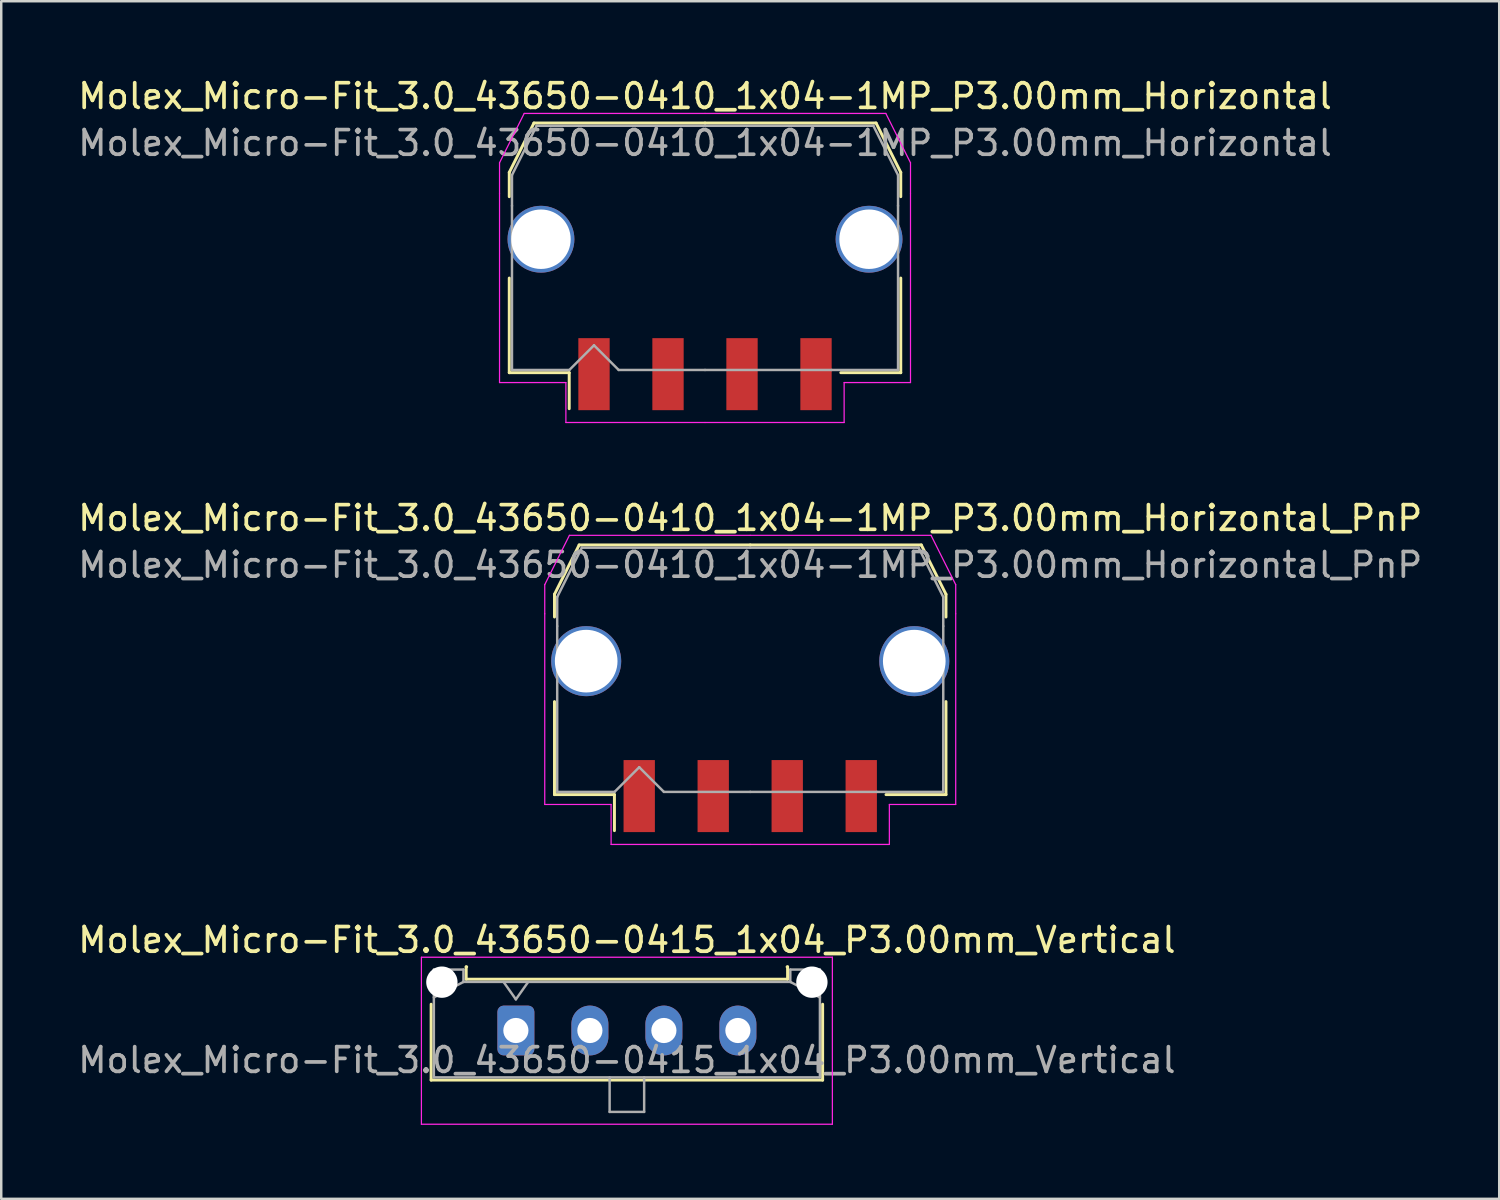
<source format=kicad_pcb>
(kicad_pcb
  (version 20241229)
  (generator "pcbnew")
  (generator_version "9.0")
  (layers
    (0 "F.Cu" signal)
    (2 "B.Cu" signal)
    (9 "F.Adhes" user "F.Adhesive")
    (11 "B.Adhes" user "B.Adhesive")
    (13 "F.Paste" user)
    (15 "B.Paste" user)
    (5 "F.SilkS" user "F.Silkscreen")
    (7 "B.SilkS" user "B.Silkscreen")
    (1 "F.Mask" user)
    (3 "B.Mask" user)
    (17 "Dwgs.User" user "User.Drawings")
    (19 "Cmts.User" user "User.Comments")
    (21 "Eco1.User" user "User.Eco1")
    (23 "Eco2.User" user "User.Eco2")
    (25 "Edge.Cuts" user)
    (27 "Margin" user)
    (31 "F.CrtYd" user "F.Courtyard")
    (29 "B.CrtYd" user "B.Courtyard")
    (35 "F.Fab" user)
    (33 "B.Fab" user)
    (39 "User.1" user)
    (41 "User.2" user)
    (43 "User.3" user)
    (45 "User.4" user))
  (footprint "Molex_Micro-Fit_3.0_43650-0410_1x04-1MP_P3.00mm_Horizontal_PnP"
    (layer "F.Cu")
    (at 27.363 24.102)
    (property "Reference" "Molex_Micro-Fit_3.0_43650-0410_1x04-1MP_P3.00mm_Horizontal_PnP" (at 0 -6.15 0) (layer "F.SilkS") (effects (font (size 1 1) (thickness 0.15))))
    (attr smd)
    (fp_line (start -7.935 -3.06) (end -7.935 -2.14) (stroke (width 0.12) (type solid)) (layer "F.SilkS"))
    (fp_line (start -7.935 1.29) (end -7.935 5.06) (stroke (width 0.12) (type solid)) (layer "F.SilkS"))
    (fp_line (start -7.935 5.06) (end -5.505 5.06) (stroke (width 0.12) (type solid)) (layer "F.SilkS"))
    (fp_line (start -6.935 -5.06) (end -7.935 -3.06) (stroke (width 0.12) (type solid)) (layer "F.SilkS"))
    (fp_line (start -5.505 5.06) (end -5.505 6.52) (stroke (width 0.12) (type solid)) (layer "F.SilkS"))
    (fp_line (start 0 -5.06) (end -6.935 -5.06) (stroke (width 0.12) (type solid)) (layer "F.SilkS"))
    (fp_line (start 0 -5.06) (end 6.935 -5.06) (stroke (width 0.12) (type solid)) (layer "F.SilkS"))
    (fp_line (start 6.935 -5.06) (end 7.935 -3.06) (stroke (width 0.12) (type solid)) (layer "F.SilkS"))
    (fp_line (start 7.935 -3.06) (end 7.935 -2.14) (stroke (width 0.12) (type solid)) (layer "F.SilkS"))
    (fp_line (start 7.935 1.29) (end 7.935 5.06) (stroke (width 0.12) (type solid)) (layer "F.SilkS"))
    (fp_line (start 7.935 5.06) (end 5.505 5.06) (stroke (width 0.12) (type solid)) (layer "F.SilkS"))
    (fp_line (start -8.33 -3.45) (end -8.33 -2.27) (stroke (width 0.05) (type solid)) (layer "F.CrtYd"))
    (fp_line (start -8.33 -2.27) (end -8.33 5.46) (stroke (width 0.05) (type solid)) (layer "F.CrtYd"))
    (fp_line (start -8.33 5.46) (end -5.64 5.46) (stroke (width 0.05) (type solid)) (layer "F.CrtYd"))
    (fp_line (start -7.33 -5.45) (end -8.33 -3.45) (stroke (width 0.05) (type solid)) (layer "F.CrtYd"))
    (fp_line (start -5.64 5.46) (end -5.64 7.08) (stroke (width 0.05) (type solid)) (layer "F.CrtYd"))
    (fp_line (start -5.64 7.08) (end 0 7.08) (stroke (width 0.05) (type solid)) (layer "F.CrtYd"))
    (fp_line (start 0 -5.45) (end -7.33 -5.45) (stroke (width 0.05) (type solid)) (layer "F.CrtYd"))
    (fp_line (start 0 -5.45) (end 7.33 -5.45) (stroke (width 0.05) (type solid)) (layer "F.CrtYd"))
    (fp_line (start 5.64 5.46) (end 5.64 7.08) (stroke (width 0.05) (type solid)) (layer "F.CrtYd"))
    (fp_line (start 5.64 7.08) (end 0 7.08) (stroke (width 0.05) (type solid)) (layer "F.CrtYd"))
    (fp_line (start 7.33 -5.45) (end 8.33 -3.45) (stroke (width 0.05) (type solid)) (layer "F.CrtYd"))
    (fp_line (start 8.33 -3.45) (end 8.33 -2.27) (stroke (width 0.05) (type solid)) (layer "F.CrtYd"))
    (fp_line (start 8.33 -2.27) (end 8.33 5.46) (stroke (width 0.05) (type solid)) (layer "F.CrtYd"))
    (fp_line (start 8.33 5.46) (end 5.64 5.46) (stroke (width 0.05) (type solid)) (layer "F.CrtYd"))
    (fp_line (start -7.825 -2.95) (end -7.825 -1.77) (stroke (width 0.1) (type solid)) (layer "F.Fab"))
    (fp_line (start -7.825 -1.77) (end -7.825 4.95) (stroke (width 0.1) (type solid)) (layer "F.Fab"))
    (fp_line (start -7.825 4.95) (end -5.5 4.95) (stroke (width 0.1) (type solid)) (layer "F.Fab"))
    (fp_line (start -6.825 -4.95) (end -7.825 -2.95) (stroke (width 0.1) (type solid)) (layer "F.Fab"))
    (fp_line (start -5.5 4.95) (end -4.5 3.95) (stroke (width 0.1) (type solid)) (layer "F.Fab"))
    (fp_line (start -4.5 3.95) (end -3.5 4.95) (stroke (width 0.1) (type solid)) (layer "F.Fab"))
    (fp_line (start -3.5 4.95) (end 0 4.95) (stroke (width 0.1) (type solid)) (layer "F.Fab"))
    (fp_line (start 0 -4.95) (end -6.825 -4.95) (stroke (width 0.1) (type solid)) (layer "F.Fab"))
    (fp_line (start 0 -4.95) (end 6.825 -4.95) (stroke (width 0.1) (type solid)) (layer "F.Fab"))
    (fp_line (start 5.135 4.95) (end 0 4.95) (stroke (width 0.1) (type solid)) (layer "F.Fab"))
    (fp_line (start 6.825 -4.95) (end 7.825 -2.95) (stroke (width 0.1) (type solid)) (layer "F.Fab"))
    (fp_line (start 7.825 -2.95) (end 7.825 -1.77) (stroke (width 0.1) (type solid)) (layer "F.Fab"))
    (fp_line (start 7.825 -1.77) (end 7.825 4.95) (stroke (width 0.1) (type solid)) (layer "F.Fab"))
    (fp_line (start 7.825 4.95) (end 5.135 4.95) (stroke (width 0.1) (type solid)) (layer "F.Fab"))
    (fp_text user "${REFERENCE}" (at 0 -4.25 0) (layer "F.Fab") (effects (font (size 1 1) (thickness 0.15))))
    (pad "1" smd rect (at -4.5 5.12) (size 1.27 2.92) (layers "F.Cu" "F.Mask" "F.Paste"))
    (pad "2" smd rect (at -1.5 5.12) (size 1.27 2.92) (layers "F.Cu" "F.Mask" "F.Paste"))
    (pad "3" smd rect (at 1.5 5.12) (size 1.27 2.92) (layers "F.Cu" "F.Mask" "F.Paste"))
    (pad "4" smd rect (at 4.5 5.12) (size 1.27 2.92) (layers "F.Cu" "F.Mask" "F.Paste"))
    (pad "MP" thru_hole circle (at -6.65 -0.35) (size 2.84 2.84) (drill 2.54) (property pad_prop_heatsink) (layers "*.Cu" "*.Mask"))
    (pad "MP" thru_hole circle (at 6.65 -0.35) (size 2.84 2.84) (drill 2.54) (property pad_prop_heatsink) (layers "*.Cu" "*.Mask")))
  (footprint "Molex_Micro-Fit_3.0_43650-0415_1x04_P3.00mm_Vertical"
    (layer "F.Cu")
    (at 17.863 38.725)
    (property "Reference" "Molex_Micro-Fit_3.0_43650-0415_1x04_P3.00mm_Vertical" (at 4.5 -3.67 0) (layer "F.SilkS") (effects (font (size 1 1) (thickness 0.15))))
    (attr through_hole)
    (fp_line (start -3.435 -1.065) (end -3.435 2.01) (stroke (width 0.12) (type solid)) (layer "F.SilkS"))
    (fp_line (start -3.435 2.01) (end 12.435 2.01) (stroke (width 0.12) (type solid)) (layer "F.SilkS"))
    (fp_line (start -2.015 -2.58) (end -2.015 -2.08) (stroke (width 0.12) (type solid)) (layer "F.SilkS"))
    (fp_line (start -2.015 -2.08) (end 11.015 -2.08) (stroke (width 0.12) (type solid)) (layer "F.SilkS"))
    (fp_line (start -1.995 -2.58) (end -2.015 -2.58) (stroke (width 0.12) (type solid)) (layer "F.SilkS"))
    (fp_line (start 11.015 -2.58) (end 10.995 -2.58) (stroke (width 0.12) (type solid)) (layer "F.SilkS"))
    (fp_line (start 11.015 -2.08) (end 11.015 -2.58) (stroke (width 0.12) (type solid)) (layer "F.SilkS"))
    (fp_line (start 12.435 2.01) (end 12.435 -1.065) (stroke (width 0.12) (type solid)) (layer "F.SilkS"))
    (fp_line (start -3.83 -2.97) (end 12.83 -2.97) (stroke (width 0.05) (type solid)) (layer "F.CrtYd"))
    (fp_line (start -3.83 3.8) (end -3.83 -2.97) (stroke (width 0.05) (type solid)) (layer "F.CrtYd"))
    (fp_line (start 12.83 -2.97) (end 12.83 3.8) (stroke (width 0.05) (type solid)) (layer "F.CrtYd"))
    (fp_line (start 12.83 3.8) (end -3.83 3.8) (stroke (width 0.05) (type solid)) (layer "F.CrtYd"))
    (fp_line (start -3.325 -2.47) (end -3.325 1.9) (stroke (width 0.1) (type solid)) (layer "F.Fab"))
    (fp_line (start -3.325 -1.34) (end -2.125 -1.97) (stroke (width 0.1) (type solid)) (layer "F.Fab"))
    (fp_line (start -3.325 1.9) (end 12.325 1.9) (stroke (width 0.1) (type solid)) (layer "F.Fab"))
    (fp_line (start -2.125 -2.47) (end -3.325 -2.47) (stroke (width 0.1) (type solid)) (layer "F.Fab"))
    (fp_line (start -2.125 -1.97) (end -2.125 -2.47) (stroke (width 0.1) (type solid)) (layer "F.Fab"))
    (fp_line (start -0.5 -1.97) (end 0 -1.263) (stroke (width 0.1) (type solid)) (layer "F.Fab"))
    (fp_line (start 0 -1.263) (end 0.5 -1.97) (stroke (width 0.1) (type solid)) (layer "F.Fab"))
    (fp_line (start 3.8 1.9) (end 3.8 3.3) (stroke (width 0.1) (type solid)) (layer "F.Fab"))
    (fp_line (start 3.8 3.3) (end 5.2 3.3) (stroke (width 0.1) (type solid)) (layer "F.Fab"))
    (fp_line (start 5.2 3.3) (end 5.2 1.9) (stroke (width 0.1) (type solid)) (layer "F.Fab"))
    (fp_line (start 11.125 -2.47) (end 11.125 -1.97) (stroke (width 0.1) (type solid)) (layer "F.Fab"))
    (fp_line (start 11.125 -1.97) (end -2.125 -1.97) (stroke (width 0.1) (type solid)) (layer "F.Fab"))
    (fp_line (start 12.325 -2.47) (end 11.125 -2.47) (stroke (width 0.1) (type solid)) (layer "F.Fab"))
    (fp_line (start 12.325 -1.34) (end 11.125 -1.97) (stroke (width 0.1) (type solid)) (layer "F.Fab"))
    (fp_line (start 12.325 1.9) (end 12.325 -2.47) (stroke (width 0.1) (type solid)) (layer "F.Fab"))
    (fp_text user "${REFERENCE}" (at 4.5 1.2 0) (layer "F.Fab") (effects (font (size 1 1) (thickness 0.15))))
    (pad "" np_thru_hole circle (at -3 -1.96) (size 1.27 1.27) (drill 1.27) (layers "*.Cu" "*.Mask"))
    (pad "" np_thru_hole circle (at 12 -1.96) (size 1.27 1.27) (drill 1.27) (layers "*.Cu" "*.Mask"))
    (pad "1" thru_hole roundrect (at 0 0) (size 1.5 2.02) (drill 1.02) (layers "*.Cu" "*.Mask") (roundrect_rratio 0.167))
    (pad "2" thru_hole oval (at 3 0) (size 1.5 2.02) (drill 1.02) (layers "*.Cu" "*.Mask"))
    (pad "3" thru_hole oval (at 6 0) (size 1.5 2.02) (drill 1.02) (layers "*.Cu" "*.Mask"))
    (pad "4" thru_hole oval (at 9 0) (size 1.5 2.02) (drill 1.02) (layers "*.Cu" "*.Mask")))
  (footprint "Molex_Micro-Fit_3.0_43650-0410_1x04-1MP_P3.00mm_Horizontal"
    (layer "F.Cu")
    (at 25.53 6.998)
    (property "Reference" "Molex_Micro-Fit_3.0_43650-0410_1x04-1MP_P3.00mm_Horizontal" (at 0 -6.15 0) (layer "F.SilkS") (effects (font (size 1 1) (thickness 0.15))))
    (attr smd)
    (fp_line (start -7.935 -3.06) (end -7.935 -2.075) (stroke (width 0.12) (type solid)) (layer "F.SilkS"))
    (fp_line (start -7.935 1.225) (end -7.935 5.06) (stroke (width 0.12) (type solid)) (layer "F.SilkS"))
    (fp_line (start -7.935 5.06) (end -5.505 5.06) (stroke (width 0.12) (type solid)) (layer "F.SilkS"))
    (fp_line (start -6.935 -5.06) (end -7.935 -3.06) (stroke (width 0.12) (type solid)) (layer "F.SilkS"))
    (fp_line (start -5.505 5.06) (end -5.505 6.52) (stroke (width 0.12) (type solid)) (layer "F.SilkS"))
    (fp_line (start 0 -5.06) (end -6.935 -5.06) (stroke (width 0.12) (type solid)) (layer "F.SilkS"))
    (fp_line (start 0 -5.06) (end 6.935 -5.06) (stroke (width 0.12) (type solid)) (layer "F.SilkS"))
    (fp_line (start 6.935 -5.06) (end 7.935 -3.06) (stroke (width 0.12) (type solid)) (layer "F.SilkS"))
    (fp_line (start 7.935 -3.06) (end 7.935 -2.075) (stroke (width 0.12) (type solid)) (layer "F.SilkS"))
    (fp_line (start 7.935 1.225) (end 7.935 5.06) (stroke (width 0.12) (type solid)) (layer "F.SilkS"))
    (fp_line (start 7.935 5.06) (end 5.505 5.06) (stroke (width 0.12) (type solid)) (layer "F.SilkS"))
    (fp_line (start -8.33 -3.45) (end -8.33 -2.21) (stroke (width 0.05) (type solid)) (layer "F.CrtYd"))
    (fp_line (start -8.33 -2.21) (end -8.33 5.46) (stroke (width 0.05) (type solid)) (layer "F.CrtYd"))
    (fp_line (start -8.33 5.46) (end -5.64 5.46) (stroke (width 0.05) (type solid)) (layer "F.CrtYd"))
    (fp_line (start -7.33 -5.45) (end -8.33 -3.45) (stroke (width 0.05) (type solid)) (layer "F.CrtYd"))
    (fp_line (start -5.64 5.46) (end -5.64 7.08) (stroke (width 0.05) (type solid)) (layer "F.CrtYd"))
    (fp_line (start -5.64 7.08) (end 0 7.08) (stroke (width 0.05) (type solid)) (layer "F.CrtYd"))
    (fp_line (start 0 -5.45) (end -7.33 -5.45) (stroke (width 0.05) (type solid)) (layer "F.CrtYd"))
    (fp_line (start 0 -5.45) (end 7.33 -5.45) (stroke (width 0.05) (type solid)) (layer "F.CrtYd"))
    (fp_line (start 5.64 5.46) (end 5.64 7.08) (stroke (width 0.05) (type solid)) (layer "F.CrtYd"))
    (fp_line (start 5.64 7.08) (end 0 7.08) (stroke (width 0.05) (type solid)) (layer "F.CrtYd"))
    (fp_line (start 7.33 -5.45) (end 8.33 -3.45) (stroke (width 0.05) (type solid)) (layer "F.CrtYd"))
    (fp_line (start 8.33 -3.45) (end 8.33 -2.21) (stroke (width 0.05) (type solid)) (layer "F.CrtYd"))
    (fp_line (start 8.33 -2.21) (end 8.33 5.46) (stroke (width 0.05) (type solid)) (layer "F.CrtYd"))
    (fp_line (start 8.33 5.46) (end 5.64 5.46) (stroke (width 0.05) (type solid)) (layer "F.CrtYd"))
    (fp_line (start -7.825 -2.95) (end -7.825 -1.705) (stroke (width 0.1) (type solid)) (layer "F.Fab"))
    (fp_line (start -7.825 -1.705) (end -7.825 4.95) (stroke (width 0.1) (type solid)) (layer "F.Fab"))
    (fp_line (start -7.825 4.95) (end -5.5 4.95) (stroke (width 0.1) (type solid)) (layer "F.Fab"))
    (fp_line (start -6.825 -4.95) (end -7.825 -2.95) (stroke (width 0.1) (type solid)) (layer "F.Fab"))
    (fp_line (start -5.5 4.95) (end -4.5 3.95) (stroke (width 0.1) (type solid)) (layer "F.Fab"))
    (fp_line (start -4.5 3.95) (end -3.5 4.95) (stroke (width 0.1) (type solid)) (layer "F.Fab"))
    (fp_line (start -3.5 4.95) (end 0 4.95) (stroke (width 0.1) (type solid)) (layer "F.Fab"))
    (fp_line (start 0 -4.95) (end -6.825 -4.95) (stroke (width 0.1) (type solid)) (layer "F.Fab"))
    (fp_line (start 0 -4.95) (end 6.825 -4.95) (stroke (width 0.1) (type solid)) (layer "F.Fab"))
    (fp_line (start 5.135 4.95) (end 0 4.95) (stroke (width 0.1) (type solid)) (layer "F.Fab"))
    (fp_line (start 6.825 -4.95) (end 7.825 -2.95) (stroke (width 0.1) (type solid)) (layer "F.Fab"))
    (fp_line (start 7.825 -2.95) (end 7.825 -1.705) (stroke (width 0.1) (type solid)) (layer "F.Fab"))
    (fp_line (start 7.825 -1.705) (end 7.825 4.95) (stroke (width 0.1) (type solid)) (layer "F.Fab"))
    (fp_line (start 7.825 4.95) (end 5.135 4.95) (stroke (width 0.1) (type solid)) (layer "F.Fab"))
    (fp_text user "${REFERENCE}" (at 0 -4.25 0) (layer "F.Fab") (effects (font (size 1 1) (thickness 0.15))))
    (pad "1" smd rect (at -4.5 5.12) (size 1.27 2.92) (layers "F.Cu" "F.Mask" "F.Paste"))
    (pad "2" smd rect (at -1.5 5.12) (size 1.27 2.92) (layers "F.Cu" "F.Mask" "F.Paste"))
    (pad "3" smd rect (at 1.5 5.12) (size 1.27 2.92) (layers "F.Cu" "F.Mask" "F.Paste"))
    (pad "4" smd rect (at 4.5 5.12) (size 1.27 2.92) (layers "F.Cu" "F.Mask" "F.Paste"))
    (pad "MP" thru_hole circle (at -6.65 -0.35) (size 2.71 2.71) (drill 2.41) (property pad_prop_heatsink) (layers "*.Cu" "*.Mask"))
    (pad "MP" thru_hole circle (at 6.65 -0.35) (size 2.71 2.71) (drill 2.41) (property pad_prop_heatsink) (layers "*.Cu" "*.Mask")))
  (gr_rect
    (start -3 -3)
    (end 57.726 45.55)
    (stroke (width 0.1) (type default))
    (fill no)
    (layer "Edge.Cuts")))
</source>
